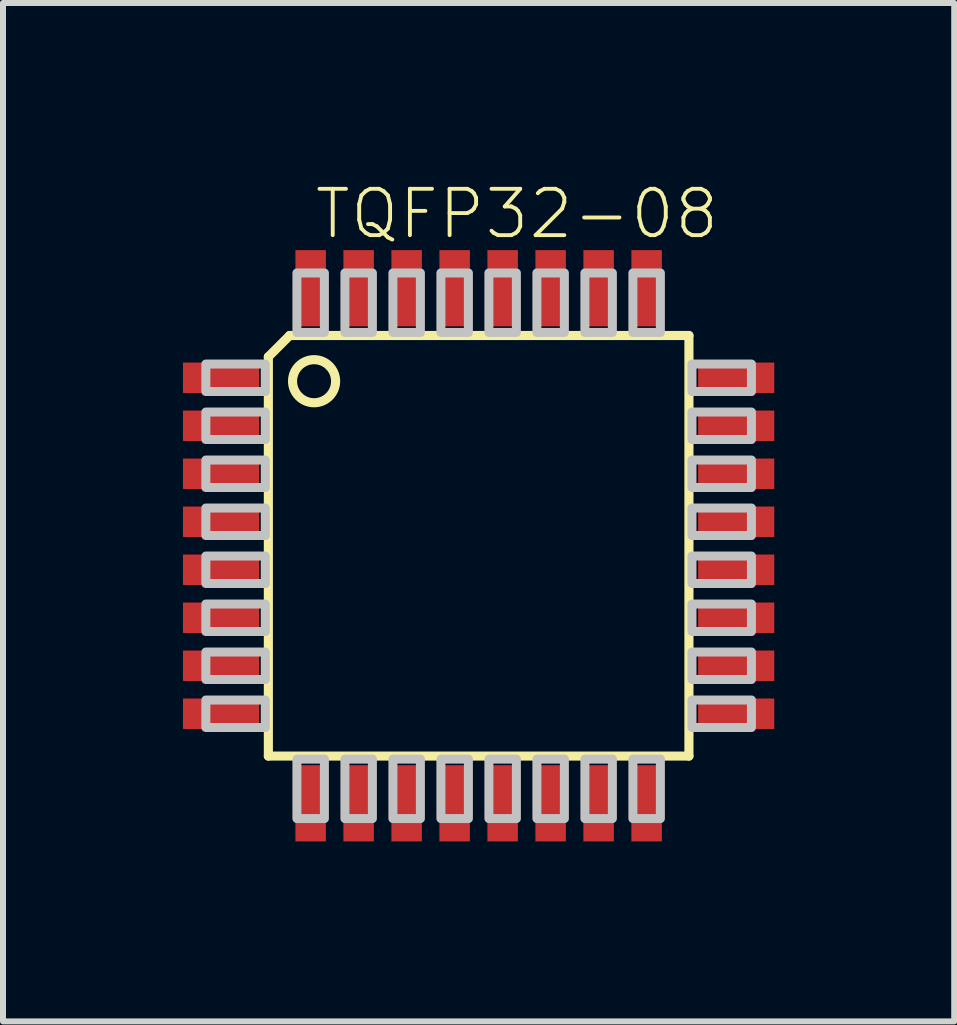
<source format=kicad_pcb>
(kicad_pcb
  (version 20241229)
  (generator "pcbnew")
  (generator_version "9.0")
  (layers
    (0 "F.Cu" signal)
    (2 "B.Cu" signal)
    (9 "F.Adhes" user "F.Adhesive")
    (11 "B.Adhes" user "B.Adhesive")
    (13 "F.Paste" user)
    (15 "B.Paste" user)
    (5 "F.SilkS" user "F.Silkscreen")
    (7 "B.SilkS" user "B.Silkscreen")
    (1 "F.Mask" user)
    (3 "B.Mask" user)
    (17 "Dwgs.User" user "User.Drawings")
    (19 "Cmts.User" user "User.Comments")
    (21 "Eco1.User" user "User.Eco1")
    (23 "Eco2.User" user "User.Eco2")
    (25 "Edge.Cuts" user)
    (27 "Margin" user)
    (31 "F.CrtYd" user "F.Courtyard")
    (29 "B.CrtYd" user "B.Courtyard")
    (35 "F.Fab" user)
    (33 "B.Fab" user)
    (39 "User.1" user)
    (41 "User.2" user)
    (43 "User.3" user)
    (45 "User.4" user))
  (footprint "TQFP32-08"
    (layer "F.Cu")
    (at 4.928 6.047)
    (property "Reference" "TQFP32-08" (at -2.769 -5.08 0) (layer "F.SilkS") (effects (font (size 0.772 0.772) (thickness 0.065)) (justify left bottom)))
    (attr through_hole)
    (fp_line (start -3.505 3.505) (end -3.505 -3.15) (stroke (width 0.152) (type solid)) (layer "F.SilkS"))
    (fp_line (start -3.15 -3.505) (end -3.505 -3.15) (stroke (width 0.152) (type solid)) (layer "F.SilkS"))
    (fp_line (start -3.15 -3.505) (end 3.505 -3.505) (stroke (width 0.152) (type solid)) (layer "F.SilkS"))
    (fp_line (start 3.505 -3.505) (end 3.505 3.505) (stroke (width 0.152) (type solid)) (layer "F.SilkS"))
    (fp_line (start 3.505 3.505) (end -3.505 3.505) (stroke (width 0.152) (type solid)) (layer "F.SilkS"))
    (fp_circle (center -2.743 -2.743) (end -2.384 -2.743) (stroke (width 0.152) (type solid)) (fill no) (layer "F.SilkS"))
    (fp_poly (pts (xy -4.547 -2.571) (xy -3.556 -2.571) (xy -3.556 -3.029) (xy -4.547 -3.029)) (stroke (width 0.15) (type solid)) (fill no) (layer "Dwgs.User"))
    (fp_poly (pts (xy -4.547 -1.771) (xy -3.556 -1.771) (xy -3.556 -2.229) (xy -4.547 -2.229)) (stroke (width 0.15) (type solid)) (fill no) (layer "Dwgs.User"))
    (fp_poly (pts (xy -4.547 -0.971) (xy -3.556 -0.971) (xy -3.556 -1.429) (xy -4.547 -1.429)) (stroke (width 0.15) (type solid)) (fill no) (layer "Dwgs.User"))
    (fp_poly (pts (xy -4.547 -0.171) (xy -3.556 -0.171) (xy -3.556 -0.629) (xy -4.547 -0.629)) (stroke (width 0.15) (type solid)) (fill no) (layer "Dwgs.User"))
    (fp_poly (pts (xy -4.547 0.629) (xy -3.556 0.629) (xy -3.556 0.171) (xy -4.547 0.171)) (stroke (width 0.15) (type solid)) (fill no) (layer "Dwgs.User"))
    (fp_poly (pts (xy -4.547 1.429) (xy -3.556 1.429) (xy -3.556 0.971) (xy -4.547 0.971)) (stroke (width 0.15) (type solid)) (fill no) (layer "Dwgs.User"))
    (fp_poly (pts (xy -4.547 2.229) (xy -3.556 2.229) (xy -3.556 1.771) (xy -4.547 1.771)) (stroke (width 0.15) (type solid)) (fill no) (layer "Dwgs.User"))
    (fp_poly (pts (xy -4.547 3.029) (xy -3.556 3.029) (xy -3.556 2.571) (xy -4.547 2.571)) (stroke (width 0.15) (type solid)) (fill no) (layer "Dwgs.User"))
    (fp_poly (pts (xy -3.029 -3.556) (xy -2.571 -3.556) (xy -2.571 -4.547) (xy -3.029 -4.547)) (stroke (width 0.15) (type solid)) (fill no) (layer "Dwgs.User"))
    (fp_poly (pts (xy -3.029 4.547) (xy -2.571 4.547) (xy -2.571 3.556) (xy -3.029 3.556)) (stroke (width 0.15) (type solid)) (fill no) (layer "Dwgs.User"))
    (fp_poly (pts (xy -2.229 -3.556) (xy -1.771 -3.556) (xy -1.771 -4.547) (xy -2.229 -4.547)) (stroke (width 0.15) (type solid)) (fill no) (layer "Dwgs.User"))
    (fp_poly (pts (xy -2.229 4.547) (xy -1.771 4.547) (xy -1.771 3.556) (xy -2.229 3.556)) (stroke (width 0.15) (type solid)) (fill no) (layer "Dwgs.User"))
    (fp_poly (pts (xy -1.429 -3.556) (xy -0.971 -3.556) (xy -0.971 -4.547) (xy -1.429 -4.547)) (stroke (width 0.15) (type solid)) (fill no) (layer "Dwgs.User"))
    (fp_poly (pts (xy -1.429 4.547) (xy -0.971 4.547) (xy -0.971 3.556) (xy -1.429 3.556)) (stroke (width 0.15) (type solid)) (fill no) (layer "Dwgs.User"))
    (fp_poly (pts (xy -0.629 -3.556) (xy -0.171 -3.556) (xy -0.171 -4.547) (xy -0.629 -4.547)) (stroke (width 0.15) (type solid)) (fill no) (layer "Dwgs.User"))
    (fp_poly (pts (xy -0.629 4.547) (xy -0.171 4.547) (xy -0.171 3.556) (xy -0.629 3.556)) (stroke (width 0.15) (type solid)) (fill no) (layer "Dwgs.User"))
    (fp_poly (pts (xy 0.171 -3.556) (xy 0.629 -3.556) (xy 0.629 -4.547) (xy 0.171 -4.547)) (stroke (width 0.15) (type solid)) (fill no) (layer "Dwgs.User"))
    (fp_poly (pts (xy 0.171 4.547) (xy 0.629 4.547) (xy 0.629 3.556) (xy 0.171 3.556)) (stroke (width 0.15) (type solid)) (fill no) (layer "Dwgs.User"))
    (fp_poly (pts (xy 0.971 -3.556) (xy 1.429 -3.556) (xy 1.429 -4.547) (xy 0.971 -4.547)) (stroke (width 0.15) (type solid)) (fill no) (layer "Dwgs.User"))
    (fp_poly (pts (xy 0.971 4.547) (xy 1.429 4.547) (xy 1.429 3.556) (xy 0.971 3.556)) (stroke (width 0.15) (type solid)) (fill no) (layer "Dwgs.User"))
    (fp_poly (pts (xy 1.771 -3.556) (xy 2.229 -3.556) (xy 2.229 -4.547) (xy 1.771 -4.547)) (stroke (width 0.15) (type solid)) (fill no) (layer "Dwgs.User"))
    (fp_poly (pts (xy 1.771 4.547) (xy 2.229 4.547) (xy 2.229 3.556) (xy 1.771 3.556)) (stroke (width 0.15) (type solid)) (fill no) (layer "Dwgs.User"))
    (fp_poly (pts (xy 2.571 -3.556) (xy 3.029 -3.556) (xy 3.029 -4.547) (xy 2.571 -4.547)) (stroke (width 0.15) (type solid)) (fill no) (layer "Dwgs.User"))
    (fp_poly (pts (xy 2.571 4.547) (xy 3.029 4.547) (xy 3.029 3.556) (xy 2.571 3.556)) (stroke (width 0.15) (type solid)) (fill no) (layer "Dwgs.User"))
    (fp_poly (pts (xy 3.556 -2.571) (xy 4.547 -2.571) (xy 4.547 -3.029) (xy 3.556 -3.029)) (stroke (width 0.15) (type solid)) (fill no) (layer "Dwgs.User"))
    (fp_poly (pts (xy 3.556 -1.771) (xy 4.547 -1.771) (xy 4.547 -2.229) (xy 3.556 -2.229)) (stroke (width 0.15) (type solid)) (fill no) (layer "Dwgs.User"))
    (fp_poly (pts (xy 3.556 -0.971) (xy 4.547 -0.971) (xy 4.547 -1.429) (xy 3.556 -1.429)) (stroke (width 0.15) (type solid)) (fill no) (layer "Dwgs.User"))
    (fp_poly (pts (xy 3.556 -0.171) (xy 4.547 -0.171) (xy 4.547 -0.629) (xy 3.556 -0.629)) (stroke (width 0.15) (type solid)) (fill no) (layer "Dwgs.User"))
    (fp_poly (pts (xy 3.556 0.629) (xy 4.547 0.629) (xy 4.547 0.171) (xy 3.556 0.171)) (stroke (width 0.15) (type solid)) (fill no) (layer "Dwgs.User"))
    (fp_poly (pts (xy 3.556 1.429) (xy 4.547 1.429) (xy 4.547 0.971) (xy 3.556 0.971)) (stroke (width 0.15) (type solid)) (fill no) (layer "Dwgs.User"))
    (fp_poly (pts (xy 3.556 2.229) (xy 4.547 2.229) (xy 4.547 1.771) (xy 3.556 1.771)) (stroke (width 0.15) (type solid)) (fill no) (layer "Dwgs.User"))
    (fp_poly (pts (xy 3.556 3.029) (xy 4.547 3.029) (xy 4.547 2.571) (xy 3.556 2.571)) (stroke (width 0.15) (type solid)) (fill no) (layer "Dwgs.User"))
    (pad "1" smd rect (at -4.293 -2.8) (size 1.27 0.508) (layers "F.Cu" "F.Mask" "F.Paste"))
    (pad "2" smd rect (at -4.293 -2) (size 1.27 0.508) (layers "F.Cu" "F.Mask" "F.Paste"))
    (pad "3" smd rect (at -4.293 -1.2) (size 1.27 0.508) (layers "F.Cu" "F.Mask" "F.Paste"))
    (pad "4" smd rect (at -4.293 -0.4) (size 1.27 0.508) (layers "F.Cu" "F.Mask" "F.Paste"))
    (pad "5" smd rect (at -4.293 0.4) (size 1.27 0.508) (layers "F.Cu" "F.Mask" "F.Paste"))
    (pad "6" smd rect (at -4.293 1.2) (size 1.27 0.508) (layers "F.Cu" "F.Mask" "F.Paste"))
    (pad "7" smd rect (at -4.293 2) (size 1.27 0.508) (layers "F.Cu" "F.Mask" "F.Paste"))
    (pad "8" smd rect (at -4.293 2.8) (size 1.27 0.508) (layers "F.Cu" "F.Mask" "F.Paste"))
    (pad "9" smd rect (at -2.8 4.293) (size 0.508 1.27) (layers "F.Cu" "F.Mask" "F.Paste"))
    (pad "10" smd rect (at -2 4.293) (size 0.508 1.27) (layers "F.Cu" "F.Mask" "F.Paste"))
    (pad "11" smd rect (at -1.2 4.293) (size 0.508 1.27) (layers "F.Cu" "F.Mask" "F.Paste"))
    (pad "12" smd rect (at -0.4 4.293) (size 0.508 1.27) (layers "F.Cu" "F.Mask" "F.Paste"))
    (pad "13" smd rect (at 0.4 4.293) (size 0.508 1.27) (layers "F.Cu" "F.Mask" "F.Paste"))
    (pad "14" smd rect (at 1.2 4.293) (size 0.508 1.27) (layers "F.Cu" "F.Mask" "F.Paste"))
    (pad "15" smd rect (at 2 4.293) (size 0.508 1.27) (layers "F.Cu" "F.Mask" "F.Paste"))
    (pad "16" smd rect (at 2.8 4.293) (size 0.508 1.27) (layers "F.Cu" "F.Mask" "F.Paste"))
    (pad "17" smd rect (at 4.293 2.8) (size 1.27 0.508) (layers "F.Cu" "F.Mask" "F.Paste"))
    (pad "18" smd rect (at 4.293 2) (size 1.27 0.508) (layers "F.Cu" "F.Mask" "F.Paste"))
    (pad "19" smd rect (at 4.293 1.2) (size 1.27 0.508) (layers "F.Cu" "F.Mask" "F.Paste"))
    (pad "20" smd rect (at 4.293 0.4) (size 1.27 0.508) (layers "F.Cu" "F.Mask" "F.Paste"))
    (pad "21" smd rect (at 4.293 -0.4) (size 1.27 0.508) (layers "F.Cu" "F.Mask" "F.Paste"))
    (pad "22" smd rect (at 4.293 -1.2) (size 1.27 0.508) (layers "F.Cu" "F.Mask" "F.Paste"))
    (pad "23" smd rect (at 4.293 -2) (size 1.27 0.508) (layers "F.Cu" "F.Mask" "F.Paste"))
    (pad "24" smd rect (at 4.293 -2.8) (size 1.27 0.508) (layers "F.Cu" "F.Mask" "F.Paste"))
    (pad "25" smd rect (at 2.8 -4.293) (size 0.508 1.27) (layers "F.Cu" "F.Mask" "F.Paste"))
    (pad "26" smd rect (at 2 -4.293) (size 0.508 1.27) (layers "F.Cu" "F.Mask" "F.Paste"))
    (pad "27" smd rect (at 1.2 -4.293) (size 0.508 1.27) (layers "F.Cu" "F.Mask" "F.Paste"))
    (pad "28" smd rect (at 0.4 -4.293) (size 0.508 1.27) (layers "F.Cu" "F.Mask" "F.Paste"))
    (pad "29" smd rect (at -0.4 -4.293) (size 0.508 1.27) (layers "F.Cu" "F.Mask" "F.Paste"))
    (pad "30" smd rect (at -1.2 -4.293) (size 0.508 1.27) (layers "F.Cu" "F.Mask" "F.Paste"))
    (pad "31" smd rect (at -2 -4.293) (size 0.508 1.27) (layers "F.Cu" "F.Mask" "F.Paste"))
    (pad "32" smd rect (at -2.8 -4.293) (size 0.508 1.27) (layers "F.Cu" "F.Mask" "F.Paste")))
  (gr_rect
    (start -3 -3)
    (end 12.855 13.975)
    (stroke (width 0.1) (type default))
    (fill no)
    (layer "Edge.Cuts")))
</source>
